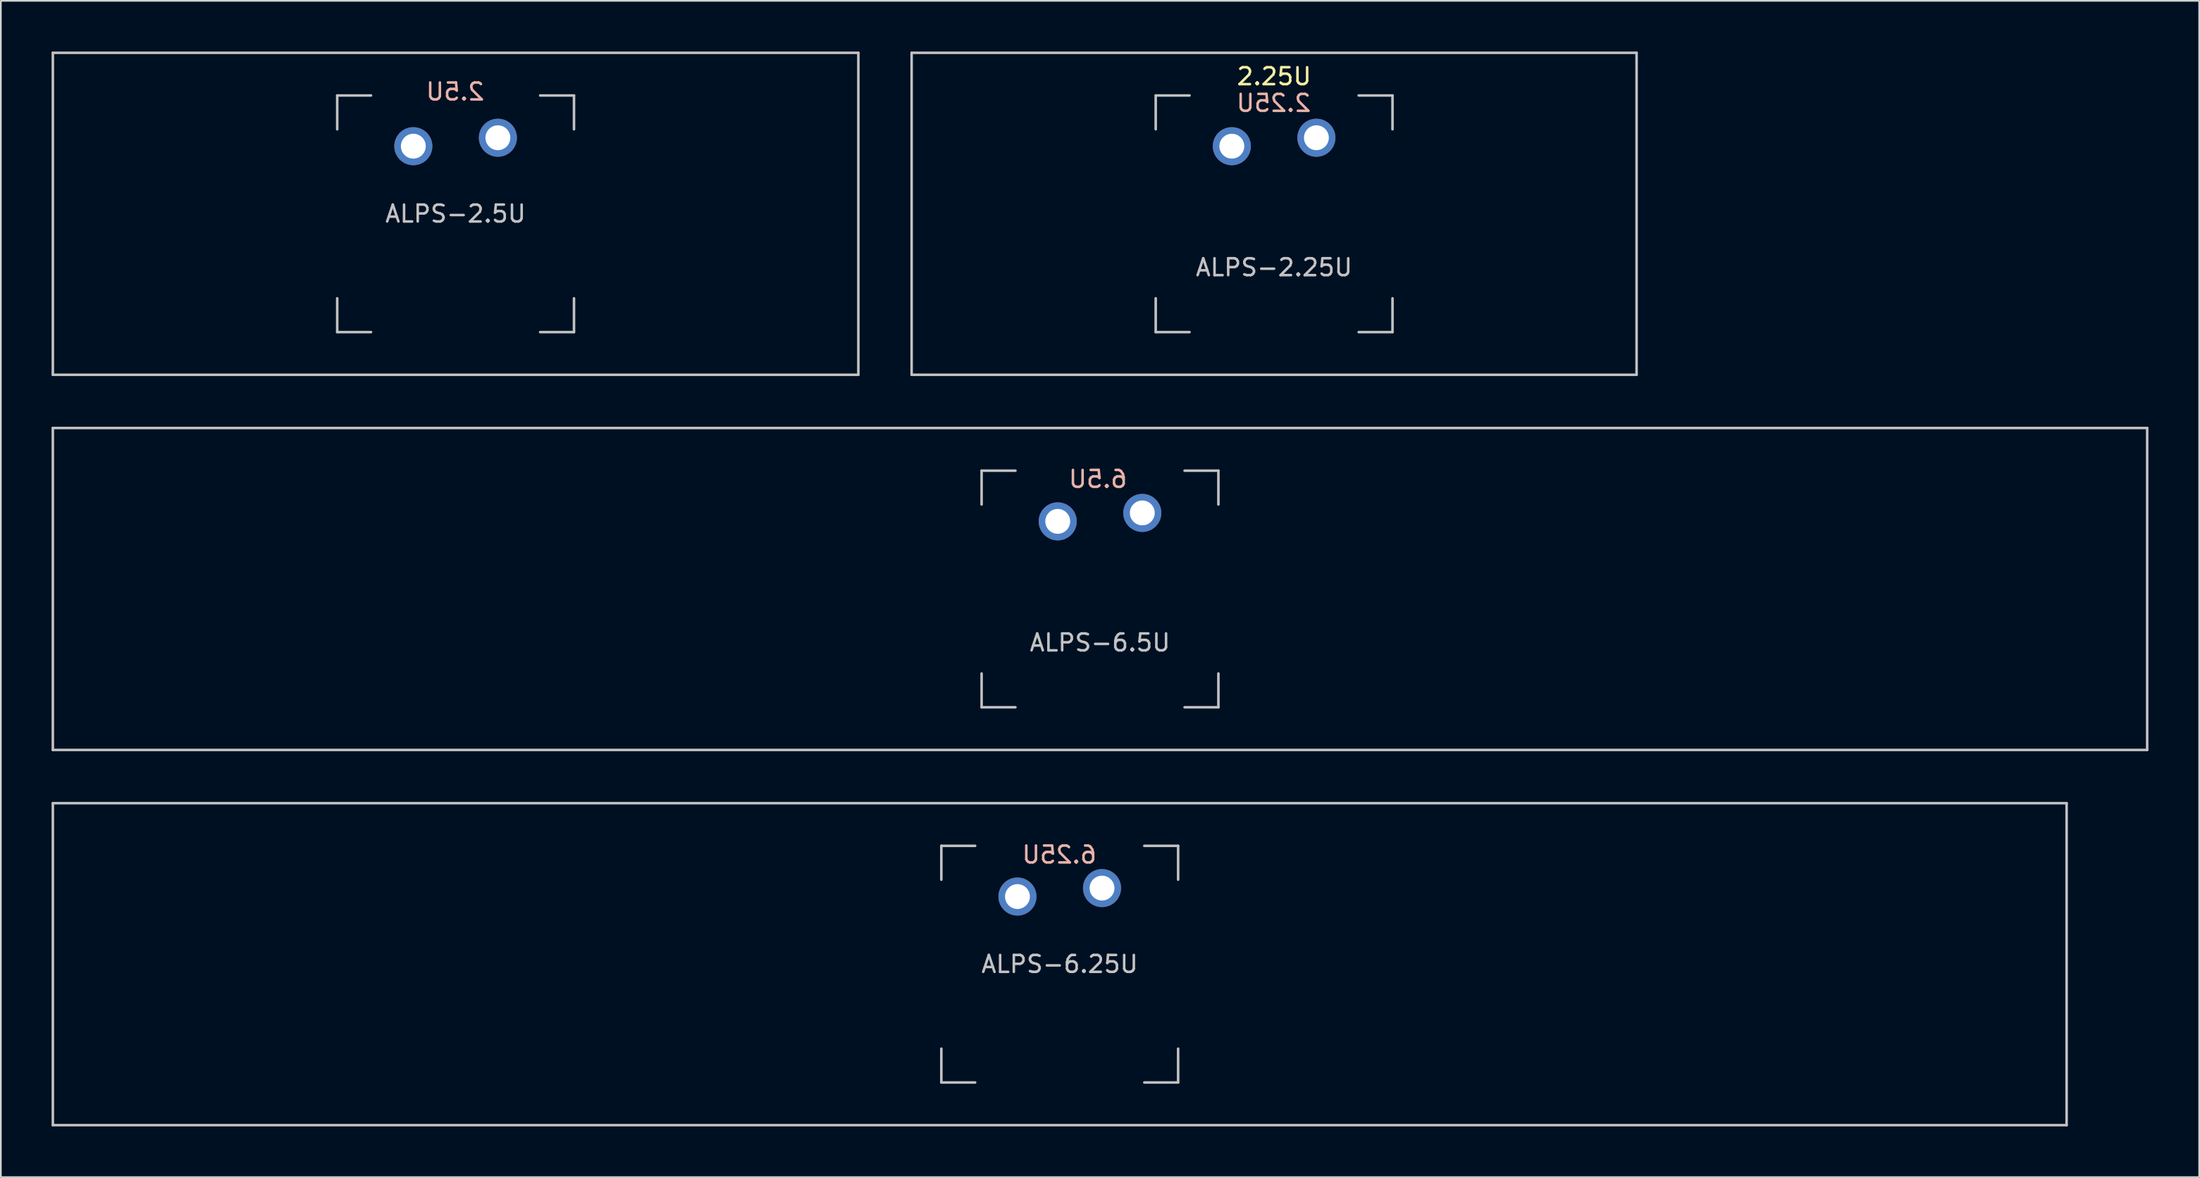
<source format=kicad_pcb>
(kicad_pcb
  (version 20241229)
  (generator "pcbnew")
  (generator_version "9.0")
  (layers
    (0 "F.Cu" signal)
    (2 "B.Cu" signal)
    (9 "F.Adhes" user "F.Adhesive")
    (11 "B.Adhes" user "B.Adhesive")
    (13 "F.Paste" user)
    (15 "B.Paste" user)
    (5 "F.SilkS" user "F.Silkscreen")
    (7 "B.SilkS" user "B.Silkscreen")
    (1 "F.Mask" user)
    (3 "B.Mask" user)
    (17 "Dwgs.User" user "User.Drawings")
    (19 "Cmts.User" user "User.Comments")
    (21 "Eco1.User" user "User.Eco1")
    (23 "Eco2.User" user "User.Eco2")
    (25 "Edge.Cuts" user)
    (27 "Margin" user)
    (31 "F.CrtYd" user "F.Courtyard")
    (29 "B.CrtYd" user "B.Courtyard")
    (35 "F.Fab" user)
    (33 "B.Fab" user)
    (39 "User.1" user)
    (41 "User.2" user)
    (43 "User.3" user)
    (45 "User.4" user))
  (footprint "ALPS-6.25U"
    (layer "F.Cu")
    (at 59.606 54)
    (property "Reference" "ALPS-6.25U" (at 0 0 0) (layer "Dwgs.User") (effects (font (size 1 1) (thickness 0.15))))
    (property "Value" "6.25U" (at 0 -7.938 0) (layer "Dwgs.User") (hide yes) (effects (font (size 1 1) (thickness 0.15))))
    (attr through_hole)
    (fp_line (start -59.531 -9.525) (end 59.531 -9.525) (stroke (width 0.15) (type solid)) (layer "Dwgs.User"))
    (fp_line (start -59.531 9.525) (end -59.531 -9.525) (stroke (width 0.15) (type solid)) (layer "Dwgs.User"))
    (fp_line (start -59.531 9.525) (end 59.531 9.525) (stroke (width 0.15) (type solid)) (layer "Dwgs.User"))
    (fp_line (start -7 -7) (end -7 -5) (stroke (width 0.15) (type solid)) (layer "Dwgs.User"))
    (fp_line (start -7 5) (end -7 7) (stroke (width 0.15) (type solid)) (layer "Dwgs.User"))
    (fp_line (start -7 7) (end -5 7) (stroke (width 0.15) (type solid)) (layer "Dwgs.User"))
    (fp_line (start -5 -7) (end -7 -7) (stroke (width 0.15) (type solid)) (layer "Dwgs.User"))
    (fp_line (start 5 -7) (end 7 -7) (stroke (width 0.15) (type solid)) (layer "Dwgs.User"))
    (fp_line (start 5 7) (end 7 7) (stroke (width 0.15) (type solid)) (layer "Dwgs.User"))
    (fp_line (start 7 -7) (end 7 -5) (stroke (width 0.15) (type solid)) (layer "Dwgs.User"))
    (fp_line (start 7 7) (end 7 5) (stroke (width 0.15) (type solid)) (layer "Dwgs.User"))
    (fp_line (start 59.531 -9.525) (end 59.531 9.525) (stroke (width 0.15) (type solid)) (layer "Dwgs.User"))
    (fp_text user "${VALUE}" (at -0.025 -6.475 0) (layer "B.SilkS") (effects (font (size 1 1) (thickness 0.15)) (justify mirror)))
    (pad "1" thru_hole circle (at -2.5 -4) (size 2.25 2.25) (drill 1.47) (layers "*.Cu" "*.Mask"))
    (pad "2" thru_hole circle (at 2.5 -4.5) (size 2.25 2.25) (drill 1.47) (layers "*.Cu" "*.Mask")))
  (footprint "ALPS-2.5U"
    (layer "F.Cu")
    (at 23.887 9.6)
    (property "Reference" "ALPS-2.5U" (at 0 0 0) (layer "Dwgs.User") (effects (font (size 1 1) (thickness 0.15))))
    (property "Value" "2.5U" (at 0 -7.938 0) (layer "Dwgs.User") (hide yes) (effects (font (size 1 1) (thickness 0.15))))
    (attr through_hole)
    (fp_line (start -23.812 -9.525) (end 23.812 -9.525) (stroke (width 0.15) (type solid)) (layer "Dwgs.User"))
    (fp_line (start -23.812 9.525) (end -23.812 -9.525) (stroke (width 0.15) (type solid)) (layer "Dwgs.User"))
    (fp_line (start -23.812 9.525) (end 23.812 9.525) (stroke (width 0.15) (type solid)) (layer "Dwgs.User"))
    (fp_line (start -7 -7) (end -7 -5) (stroke (width 0.15) (type solid)) (layer "Dwgs.User"))
    (fp_line (start -7 5) (end -7 7) (stroke (width 0.15) (type solid)) (layer "Dwgs.User"))
    (fp_line (start -7 7) (end -5 7) (stroke (width 0.15) (type solid)) (layer "Dwgs.User"))
    (fp_line (start -5 -7) (end -7 -7) (stroke (width 0.15) (type solid)) (layer "Dwgs.User"))
    (fp_line (start 5 -7) (end 7 -7) (stroke (width 0.15) (type solid)) (layer "Dwgs.User"))
    (fp_line (start 5 7) (end 7 7) (stroke (width 0.15) (type solid)) (layer "Dwgs.User"))
    (fp_line (start 7 -7) (end 7 -5) (stroke (width 0.15) (type solid)) (layer "Dwgs.User"))
    (fp_line (start 7 7) (end 7 5) (stroke (width 0.15) (type solid)) (layer "Dwgs.User"))
    (fp_line (start 23.812 -9.525) (end 23.812 9.525) (stroke (width 0.15) (type solid)) (layer "Dwgs.User"))
    (fp_text user "${VALUE}" (at -0.025 -7.225 0) (layer "B.SilkS") (effects (font (size 1 1) (thickness 0.15)) (justify mirror)))
    (pad "1" thru_hole circle (at -2.5 -4) (size 2.25 2.25) (drill 1.47) (layers "*.Cu" "*.Mask"))
    (pad "2" thru_hole circle (at 2.5 -4.5) (size 2.25 2.25) (drill 1.47) (layers "*.Cu" "*.Mask")))
  (footprint "ALPS-2.25U"
    (layer "F.Cu")
    (at 72.281 9.6)
    (property "Reference" "ALPS-2.25U" (at 0 3.175 0) (layer "Dwgs.User") (effects (font (size 1 1) (thickness 0.15))))
    (property "Value" "2.25U" (at 0 -7.938 0) (layer "Dwgs.User") (hide yes) (effects (font (size 1 1) (thickness 0.15))))
    (attr through_hole)
    (fp_line (start -21.431 -9.525) (end 21.431 -9.525) (stroke (width 0.15) (type solid)) (layer "Dwgs.User"))
    (fp_line (start -21.431 9.525) (end -21.431 -9.525) (stroke (width 0.15) (type solid)) (layer "Dwgs.User"))
    (fp_line (start -21.431 9.525) (end 21.431 9.525) (stroke (width 0.15) (type solid)) (layer "Dwgs.User"))
    (fp_line (start -7 -7) (end -7 -5) (stroke (width 0.15) (type solid)) (layer "Dwgs.User"))
    (fp_line (start -7 5) (end -7 7) (stroke (width 0.15) (type solid)) (layer "Dwgs.User"))
    (fp_line (start -7 7) (end -5 7) (stroke (width 0.15) (type solid)) (layer "Dwgs.User"))
    (fp_line (start -5 -7) (end -7 -7) (stroke (width 0.15) (type solid)) (layer "Dwgs.User"))
    (fp_line (start 5 -7) (end 7 -7) (stroke (width 0.15) (type solid)) (layer "Dwgs.User"))
    (fp_line (start 5 7) (end 7 7) (stroke (width 0.15) (type solid)) (layer "Dwgs.User"))
    (fp_line (start 7 -7) (end 7 -5) (stroke (width 0.15) (type solid)) (layer "Dwgs.User"))
    (fp_line (start 7 7) (end 7 5) (stroke (width 0.15) (type solid)) (layer "Dwgs.User"))
    (fp_line (start 21.431 -9.525) (end 21.431 9.525) (stroke (width 0.15) (type solid)) (layer "Dwgs.User"))
    (fp_text user "${VALUE}" (at 0 -8.128 0) (layer "F.SilkS") (effects (font (size 1 1) (thickness 0.15))))
    (fp_text user "${VALUE}" (at -0.025 -6.55 0) (layer "B.SilkS") (effects (font (size 1 1) (thickness 0.15)) (justify mirror)))
    (pad "1" thru_hole circle (at -2.5 -4) (size 2.25 2.25) (drill 1.47) (layers "*.Cu" "*.Mask"))
    (pad "2" thru_hole circle (at 2.5 -4.5) (size 2.25 2.25) (drill 1.47) (layers "*.Cu" "*.Mask")))
  (footprint "ALPS-6.5U"
    (layer "F.Cu")
    (at 61.987 31.8)
    (property "Reference" "ALPS-6.5U" (at 0 3.175 0) (layer "Dwgs.User") (effects (font (size 1 1) (thickness 0.15))))
    (property "Value" "6.5U" (at 0 -7.938 0) (layer "Dwgs.User") (hide yes) (effects (font (size 1 1) (thickness 0.15))))
    (attr through_hole)
    (fp_line (start -61.913 -9.525) (end 61.913 -9.525) (stroke (width 0.15) (type solid)) (layer "Dwgs.User"))
    (fp_line (start -61.913 9.525) (end -61.913 -9.525) (stroke (width 0.15) (type solid)) (layer "Dwgs.User"))
    (fp_line (start -61.913 9.525) (end 61.913 9.525) (stroke (width 0.15) (type solid)) (layer "Dwgs.User"))
    (fp_line (start -7 -7) (end -7 -5) (stroke (width 0.15) (type solid)) (layer "Dwgs.User"))
    (fp_line (start -7 5) (end -7 7) (stroke (width 0.15) (type solid)) (layer "Dwgs.User"))
    (fp_line (start -7 7) (end -5 7) (stroke (width 0.15) (type solid)) (layer "Dwgs.User"))
    (fp_line (start -5 -7) (end -7 -7) (stroke (width 0.15) (type solid)) (layer "Dwgs.User"))
    (fp_line (start 5 -7) (end 7 -7) (stroke (width 0.15) (type solid)) (layer "Dwgs.User"))
    (fp_line (start 5 7) (end 7 7) (stroke (width 0.15) (type solid)) (layer "Dwgs.User"))
    (fp_line (start 7 -7) (end 7 -5) (stroke (width 0.15) (type solid)) (layer "Dwgs.User"))
    (fp_line (start 7 7) (end 7 5) (stroke (width 0.15) (type solid)) (layer "Dwgs.User"))
    (fp_line (start 61.913 -9.525) (end 61.913 9.525) (stroke (width 0.15) (type solid)) (layer "Dwgs.User"))
    (fp_text user "${VALUE}" (at -0.125 -6.5 0) (layer "B.SilkS") (effects (font (size 1 1) (thickness 0.15)) (justify mirror)))
    (pad "1" thru_hole circle (at -2.5 -4) (size 2.25 2.25) (drill 1.47) (layers "*.Cu" "*.Mask"))
    (pad "2" thru_hole circle (at 2.5 -4.5) (size 2.25 2.25) (drill 1.47) (layers "*.Cu" "*.Mask")))
  (gr_rect
    (start -3 -3)
    (end 126.975 66.6)
    (stroke (width 0.1) (type default))
    (fill no)
    (layer "Edge.Cuts")))
</source>
